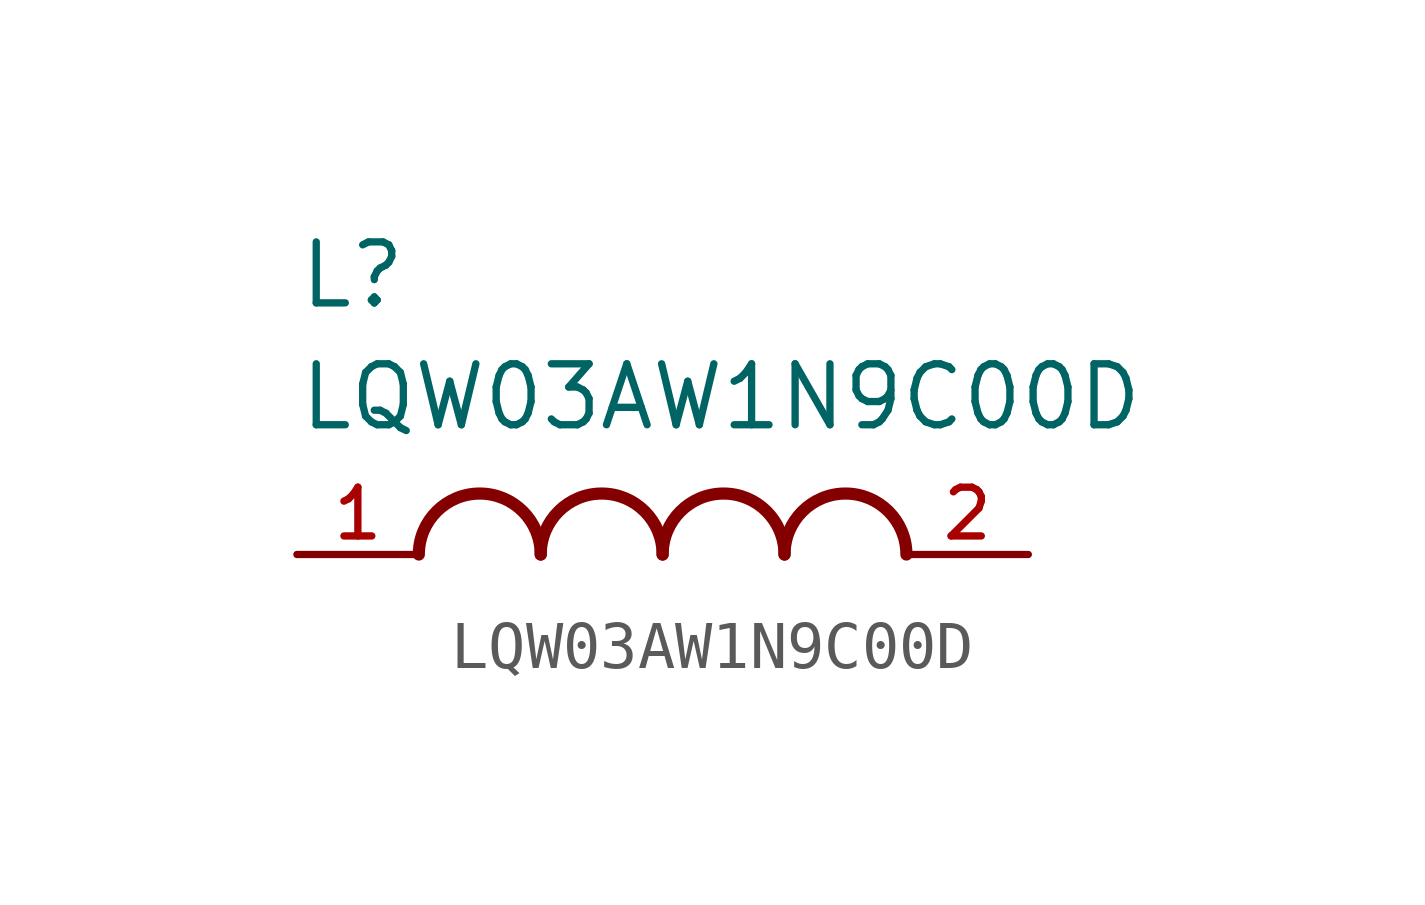
<source format=kicad_sym>
(kicad_symbol_lib
  (version 20211014)
  (generator kicad_symbol_editor)
  (symbol "LQW03AW1N9C00D"
    (pin_names
      (offset 1.016))
    (property "Reference" "L"
      (at -7.62 5.08 0)
      (effects (font (size 1.27 1.27)) (justify bottom left)))
    (property "Value" "LQW03AW1N9C00D"
      (at -7.62 2.54 0)
      (effects (font (size 1.27 1.27)) (justify bottom left)))
    (symbol "LQW03AW1N9C00D_0_0"
      (arc (start -2.54 0.0) (mid -3.81 1.27) (end -5.08 0.0) (stroke (width 0.254) (type default) (color 0 0 0 0)) (fill (type none)))
      (arc (start 0.0 0.0) (mid -1.27 1.27) (end -2.54 0.0) (stroke (width 0.254) (type default) (color 0 0 0 0)) (fill (type none)))
      (arc (start 2.54 0.0) (mid 1.27 1.27) (end 0.0 0.0) (stroke (width 0.254) (type default) (color 0 0 0 0)) (fill (type none)))
      (arc (start 5.08 0.0) (mid 3.81 1.27) (end 2.54 0.0) (stroke (width 0.254) (type default) (color 0 0 0 0)) (fill (type none)))
      (pin passive line (at -7.62 0.0 0) (length 2.54) (name "~" (effects (font (size 1.016 1.016)))) (number "1" (effects (font (size 1.016 1.016)))))
      (pin passive line (at 7.62 0.0 180.0) (length 2.54) (name "~" (effects (font (size 1.016 1.016)))) (number "2" (effects (font (size 1.016 1.016))))))))
</source>
